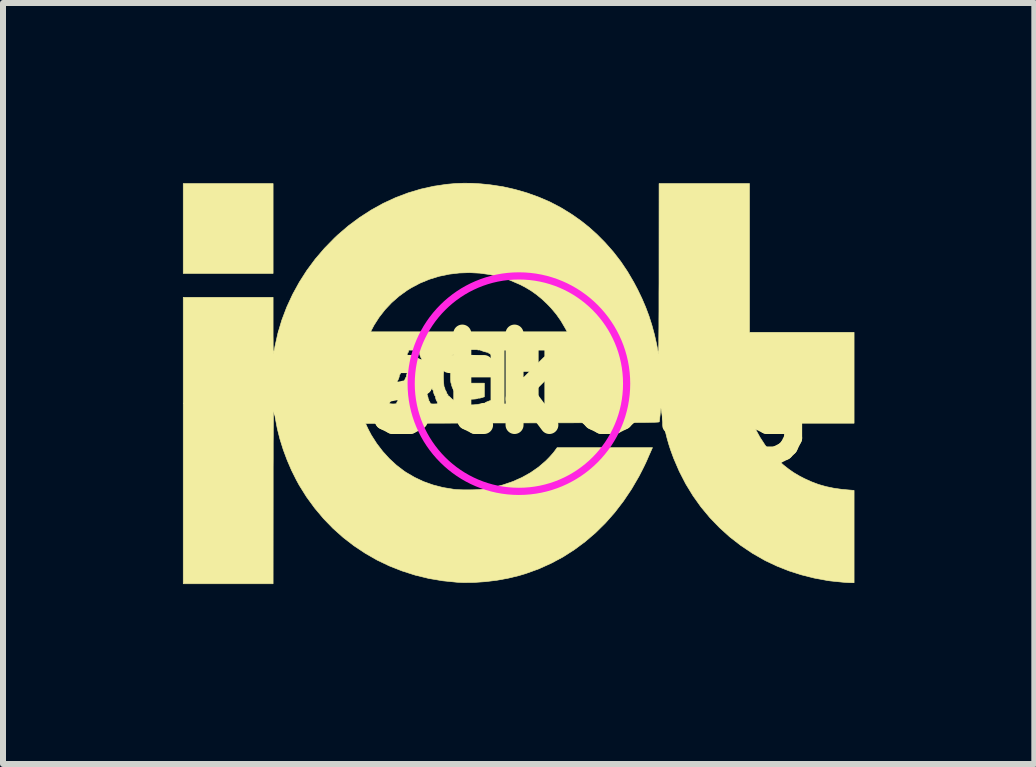
<source format=kicad_pcb>
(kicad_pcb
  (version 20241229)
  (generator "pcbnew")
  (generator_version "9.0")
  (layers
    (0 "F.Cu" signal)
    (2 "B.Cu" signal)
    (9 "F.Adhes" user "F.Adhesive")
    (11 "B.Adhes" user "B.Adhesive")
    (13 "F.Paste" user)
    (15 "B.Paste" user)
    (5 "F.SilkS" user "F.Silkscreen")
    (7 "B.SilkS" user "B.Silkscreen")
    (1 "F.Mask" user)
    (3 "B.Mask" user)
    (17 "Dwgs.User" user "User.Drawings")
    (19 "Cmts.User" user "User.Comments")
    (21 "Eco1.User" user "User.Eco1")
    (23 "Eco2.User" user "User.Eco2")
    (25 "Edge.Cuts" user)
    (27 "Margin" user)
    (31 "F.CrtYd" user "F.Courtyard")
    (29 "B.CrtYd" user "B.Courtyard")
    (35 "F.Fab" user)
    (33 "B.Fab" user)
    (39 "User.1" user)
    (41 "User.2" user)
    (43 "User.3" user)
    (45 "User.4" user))
  (footprint "wietkong"
    (layer "F.Cu")
    (at 5.601 3.346)
    (property "Reference" "wietkong" (at 0 0 0) (layer "F.SilkS") (effects (font (size 1.524 1.524) (thickness 0.3))))
    (attr through_hole)
    (fp_poly (pts (xy -4.098 -1.837) (xy -5.596 -1.837) (xy -5.596 -3.336) (xy -4.098 -3.336) (xy -4.098 -1.837)) (stroke (width 0.01) (type solid)) (fill yes) (layer "F.SilkS"))
    (fp_poly (pts (xy -1.151 -0.428) (xy -1.156 -0.423) (xy -1.16 -0.428) (xy -1.156 -0.432) (xy -1.151 -0.428)) (stroke (width 0.01) (type solid)) (fill yes) (layer "F.SilkS"))
    (fp_poly (pts (xy -1.756 -0.439) (xy -1.748 -0.424) (xy -1.739 -0.402) (xy -1.73 -0.377) (xy -1.724 -0.355) (xy -1.723 -0.34) (xy -1.724 -0.338) (xy -1.722 -0.331) (xy -1.72 -0.33) (xy -1.713 -0.323) (xy -1.704 -0.304) (xy -1.695 -0.279) (xy -1.687 -0.254) (xy -1.681 -0.232) (xy -1.681 -0.219) (xy -1.681 -0.219) (xy -1.68 -0.212) (xy -1.678 -0.212) (xy -1.671 -0.204) (xy -1.662 -0.186) (xy -1.653 -0.161) (xy -1.644 -0.135) (xy -1.639 -0.113) (xy -1.639 -0.101) (xy -1.639 -0.1) (xy -1.638 -0.094) (xy -1.635 -0.093) (xy -1.629 -0.086) (xy -1.62 -0.069) (xy -1.611 -0.047) (xy -1.603 -0.026) (xy -1.6 -0.011) (xy -1.6 -0.011) (xy -1.608 -0.01) (xy -1.631 -0.01) (xy -1.665 -0.009) (xy -1.708 -0.009) (xy -1.758 -0.008) (xy -1.761 -0.008) (xy -1.921 -0.008) (xy -1.904 -0.059) (xy -1.894 -0.086) (xy -1.884 -0.104) (xy -1.878 -0.11) (xy -1.874 -0.115) (xy -1.875 -0.117) (xy -1.875 -0.129) (xy -1.871 -0.148) (xy -1.864 -0.171) (xy -1.855 -0.191) (xy -1.847 -0.204) (xy -1.843 -0.206) (xy -1.84 -0.207) (xy -1.842 -0.214) (xy -1.842 -0.226) (xy -1.838 -0.229) (xy -1.831 -0.233) (xy -1.832 -0.236) (xy -1.833 -0.248) (xy -1.828 -0.269) (xy -1.82 -0.291) (xy -1.811 -0.311) (xy -1.804 -0.321) (xy -1.802 -0.322) (xy -1.798 -0.327) (xy -1.799 -0.329) (xy -1.798 -0.34) (xy -1.793 -0.362) (xy -1.785 -0.389) (xy -1.776 -0.415) (xy -1.767 -0.435) (xy -1.762 -0.443) (xy -1.756 -0.439)) (stroke (width 0.01) (type solid)) (fill yes) (layer "F.SilkS"))
    (fp_poly (pts (xy -0.781 -3.34) (xy -0.635 -3.331) (xy -0.479 -3.315) (xy -0.471 -3.314) (xy -0.266 -3.283) (xy -0.063 -3.237) (xy 0.138 -3.179) (xy 0.332 -3.109) (xy 0.518 -3.029) (xy 0.692 -2.938) (xy 0.73 -2.916) (xy 0.889 -2.817) (xy 1.035 -2.714) (xy 1.171 -2.606) (xy 1.302 -2.488) (xy 1.43 -2.359) (xy 1.442 -2.346) (xy 1.576 -2.194) (xy 1.698 -2.036) (xy 1.811 -1.868) (xy 1.916 -1.689) (xy 1.981 -1.566) (xy 2.052 -1.418) (xy 2.114 -1.273) (xy 2.169 -1.126) (xy 2.217 -0.975) (xy 2.26 -0.817) (xy 2.298 -0.647) (xy 2.327 -0.495) (xy 2.328 -0.498) (xy 2.329 -0.518) (xy 2.33 -0.553) (xy 2.331 -0.604) (xy 2.332 -0.669) (xy 2.332 -0.75) (xy 2.333 -0.844) (xy 2.334 -0.952) (xy 2.334 -1.072) (xy 2.335 -1.206) (xy 2.335 -1.351) (xy 2.335 -1.508) (xy 2.336 -1.676) (xy 2.336 -1.854) (xy 2.336 -1.894) (xy 2.337 -3.336) (xy 3.844 -3.336) (xy 3.844 -0.855) (xy 5.588 -0.855) (xy 5.588 0.66) (xy 3.895 0.66) (xy 3.937 0.744) (xy 4.018 0.893) (xy 4.106 1.028) (xy 4.202 1.151) (xy 4.309 1.265) (xy 4.411 1.357) (xy 4.496 1.424) (xy 4.582 1.484) (xy 4.677 1.54) (xy 4.762 1.584) (xy 4.879 1.637) (xy 4.996 1.681) (xy 5.119 1.716) (xy 5.248 1.743) (xy 5.388 1.763) (xy 5.514 1.774) (xy 5.588 1.78) (xy 5.588 3.319) (xy 5.559 3.319) (xy 5.516 3.318) (xy 5.461 3.315) (xy 5.397 3.31) (xy 5.328 3.303) (xy 5.259 3.296) (xy 5.193 3.289) (xy 5.135 3.281) (xy 5.132 3.28) (xy 4.922 3.241) (xy 4.712 3.188) (xy 4.507 3.123) (xy 4.309 3.045) (xy 4.122 2.957) (xy 4.098 2.945) (xy 3.892 2.827) (xy 3.697 2.696) (xy 3.514 2.554) (xy 3.343 2.399) (xy 3.183 2.233) (xy 3.036 2.056) (xy 2.902 1.868) (xy 2.781 1.67) (xy 2.674 1.462) (xy 2.58 1.244) (xy 2.526 1.096) (xy 2.498 1.008) (xy 2.47 0.91) (xy 2.444 0.806) (xy 2.42 0.702) (xy 2.4 0.604) (xy 2.387 0.525) (xy 2.381 0.484) (xy 2.375 0.448) (xy 2.371 0.423) (xy 2.368 0.41) (xy 2.368 0.409) (xy 2.366 0.416) (xy 2.363 0.437) (xy 2.359 0.468) (xy 2.355 0.507) (xy 2.355 0.514) (xy 2.35 0.556) (xy 2.346 0.593) (xy 2.343 0.62) (xy 2.34 0.635) (xy 2.34 0.636) (xy 2.339 0.637) (xy 2.335 0.638) (xy 2.328 0.64) (xy 2.318 0.641) (xy 2.304 0.642) (xy 2.285 0.643) (xy 2.261 0.644) (xy 2.231 0.644) (xy 2.194 0.645) (xy 2.151 0.646) (xy 2.101 0.647) (xy 2.042 0.647) (xy 1.974 0.648) (xy 1.898 0.649) (xy 1.812 0.649) (xy 1.715 0.65) (xy 1.607 0.65) (xy 1.488 0.651) (xy 1.357 0.651) (xy 1.214 0.652) (xy 1.057 0.652) (xy 0.887 0.653) (xy 0.702 0.653) (xy 0.503 0.654) (xy 0.288 0.654) (xy 0.057 0.655) (xy -0.108 0.655) (xy -0.31 0.656) (xy -0.508 0.656) (xy -0.701 0.657) (xy -0.888 0.658) (xy -1.069 0.658) (xy -1.242 0.659) (xy -1.408 0.659) (xy -1.566 0.66) (xy -1.714 0.66) (xy -1.853 0.661) (xy -1.981 0.661) (xy -2.098 0.662) (xy -2.203 0.662) (xy -2.296 0.662) (xy -2.376 0.663) (xy -2.442 0.663) (xy -2.493 0.663) (xy -2.53 0.664) (xy -2.55 0.664) (xy -2.555 0.664) (xy -2.553 0.672) (xy -2.544 0.692) (xy -2.531 0.721) (xy -2.515 0.754) (xy -2.497 0.79) (xy -2.479 0.823) (xy -2.464 0.852) (xy -2.46 0.859) (xy -2.371 0.998) (xy -2.271 1.129) (xy -2.161 1.25) (xy -2.043 1.359) (xy -1.919 1.454) (xy -1.884 1.478) (xy -1.74 1.562) (xy -1.59 1.633) (xy -1.432 1.689) (xy -1.265 1.732) (xy -1.088 1.761) (xy -1.084 1.762) (xy -1.037 1.766) (xy -0.977 1.769) (xy -0.91 1.771) (xy -0.839 1.771) (xy -0.768 1.77) (xy -0.703 1.768) (xy -0.646 1.765) (xy -0.614 1.762) (xy -0.435 1.732) (xy -0.264 1.688) (xy -0.101 1.632) (xy 0.052 1.564) (xy 0.195 1.484) (xy 0.327 1.392) (xy 0.447 1.289) (xy 0.474 1.262) (xy 0.509 1.226) (xy 0.544 1.187) (xy 0.575 1.152) (xy 0.596 1.124) (xy 0.638 1.067) (xy 2.227 1.067) (xy 2.205 1.115) (xy 2.194 1.141) (xy 2.177 1.178) (xy 2.158 1.222) (xy 2.138 1.268) (xy 2.134 1.278) (xy 2.113 1.324) (xy 2.086 1.38) (xy 2.056 1.44) (xy 2.025 1.5) (xy 2.003 1.543) (xy 1.879 1.756) (xy 1.744 1.957) (xy 1.599 2.146) (xy 1.444 2.322) (xy 1.279 2.485) (xy 1.105 2.634) (xy 0.923 2.769) (xy 0.732 2.891) (xy 0.533 2.997) (xy 0.326 3.09) (xy 0.112 3.167) (xy -0.002 3.201) (xy -0.18 3.244) (xy -0.366 3.278) (xy -0.554 3.301) (xy -0.742 3.314) (xy -0.924 3.316) (xy -1.033 3.311) (xy -1.27 3.287) (xy -1.501 3.248) (xy -1.727 3.193) (xy -1.947 3.123) (xy -2.16 3.039) (xy -2.365 2.941) (xy -2.562 2.828) (xy -2.75 2.703) (xy -2.93 2.564) (xy -3.099 2.413) (xy -3.257 2.25) (xy -3.404 2.075) (xy -3.54 1.889) (xy -3.663 1.692) (xy -3.711 1.604) (xy -3.791 1.444) (xy -3.864 1.274) (xy -3.929 1.1) (xy -3.984 0.924) (xy -4.028 0.75) (xy -4.06 0.582) (xy -4.068 0.529) (xy -4.074 0.488) (xy -4.08 0.452) (xy -4.086 0.425) (xy -4.089 0.411) (xy -4.09 0.417) (xy -4.091 0.44) (xy -4.092 0.478) (xy -4.093 0.53) (xy -4.093 0.597) (xy -4.094 0.677) (xy -4.095 0.77) (xy -4.095 0.874) (xy -4.096 0.989) (xy -4.096 1.115) (xy -4.096 1.25) (xy -4.097 1.394) (xy -4.097 1.547) (xy -4.097 1.706) (xy -4.097 1.865) (xy -4.098 3.336) (xy -5.596 3.336) (xy -5.596 0.327) (xy -2.165 0.327) (xy -2.163 0.33) (xy -2.153 0.334) (xy -2.13 0.337) (xy -2.1 0.339) (xy -2.1 0.339) (xy -2.069 0.338) (xy -2.052 0.336) (xy -2.042 0.331) (xy -2.038 0.321) (xy -2.037 0.318) (xy -2.03 0.302) (xy -2.023 0.296) (xy -2.018 0.291) (xy -2.019 0.289) (xy -2.019 0.278) (xy -2.014 0.257) (xy -2.006 0.231) (xy -1.996 0.202) (xy -1.986 0.176) (xy -1.977 0.157) (xy -1.971 0.149) (xy -1.97 0.15) (xy -1.967 0.149) (xy -1.969 0.142) (xy -1.97 0.13) (xy -1.966 0.127) (xy -1.96 0.12) (xy -1.959 0.112) (xy -1.958 0.107) (xy -1.954 0.104) (xy -1.944 0.101) (xy -1.926 0.099) (xy -1.899 0.098) (xy -1.861 0.097) (xy -1.809 0.096) (xy -1.758 0.095) (xy -1.694 0.094) (xy -1.645 0.094) (xy -1.609 0.095) (xy -1.585 0.096) (xy -1.57 0.098) (xy -1.562 0.1) (xy -1.56 0.104) (xy -1.561 0.106) (xy -1.561 0.117) (xy -1.558 0.119) (xy -1.552 0.126) (xy -1.543 0.145) (xy -1.533 0.171) (xy -1.524 0.2) (xy -1.516 0.227) (xy -1.512 0.247) (xy -1.512 0.255) (xy -1.51 0.262) (xy -1.507 0.262) (xy -1.501 0.269) (xy -1.502 0.275) (xy -1.502 0.286) (xy -1.499 0.288) (xy -1.492 0.295) (xy -1.483 0.312) (xy -1.483 0.313) (xy -1.478 0.327) (xy -1.47 0.334) (xy -1.456 0.338) (xy -1.432 0.339) (xy -1.415 0.339) (xy -1.384 0.338) (xy -1.367 0.337) (xy -1.359 0.332) (xy -1.357 0.323) (xy -1.358 0.318) (xy -1.361 0.302) (xy -1.364 0.296) (xy -1.371 0.289) (xy -1.379 0.271) (xy -1.386 0.248) (xy -1.391 0.226) (xy -1.392 0.211) (xy -1.391 0.208) (xy -1.39 0.204) (xy -1.393 0.206) (xy -1.4 0.203) (xy -1.408 0.188) (xy -1.416 0.167) (xy -1.423 0.144) (xy -1.426 0.125) (xy -1.425 0.115) (xy -1.424 0.111) (xy -1.427 0.113) (xy -1.433 0.11) (xy -1.442 0.095) (xy -1.45 0.074) (xy -1.457 0.051) (xy -1.46 0.032) (xy -1.459 0.022) (xy -1.458 0.017) (xy -1.461 0.02) (xy -1.467 0.016) (xy -1.475 0.002) (xy -1.484 -0.019) (xy -1.491 -0.042) (xy -1.494 -0.061) (xy -1.493 -0.071) (xy -1.492 -0.076) (xy -1.495 -0.074) (xy -1.501 -0.077) (xy -1.509 -0.091) (xy -1.518 -0.113) (xy -1.522 -0.126) (xy -1.26 -0.126) (xy -1.258 -0.072) (xy -1.255 -0.023) (xy -1.252 0.011) (xy -1.25 0.034) (xy -1.248 0.048) (xy -1.246 0.055) (xy -1.243 0.059) (xy -1.242 0.06) (xy -1.236 0.072) (xy -1.233 0.088) (xy -1.23 0.104) (xy -1.227 0.11) (xy -1.22 0.117) (xy -1.212 0.134) (xy -1.204 0.153) (xy -1.2 0.168) (xy -1.2 0.172) (xy -1.197 0.175) (xy -1.194 0.174) (xy -1.186 0.175) (xy -1.184 0.189) (xy -1.185 0.199) (xy -1.183 0.203) (xy -1.181 0.202) (xy -1.173 0.204) (xy -1.158 0.216) (xy -1.15 0.224) (xy -1.108 0.263) (xy -1.054 0.297) (xy -0.992 0.326) (xy -0.927 0.345) (xy -0.919 0.347) (xy -0.87 0.353) (xy -0.813 0.355) (xy -0.751 0.353) (xy -0.693 0.347) (xy -0.648 0.339) (xy -0.616 0.331) (xy -0.591 0.327) (xy -0.576 0.326) (xy -0.575 0.327) (xy -0.568 0.326) (xy -0.567 0.323) (xy -0.56 0.317) (xy -0.541 0.307) (xy -0.516 0.297) (xy -0.466 0.278) (xy -0.466 -0.11) (xy -0.821 -0.11) (xy -0.821 -0.008) (xy -0.576 -0.008) (xy -0.576 0.219) (xy -0.618 0.233) (xy -0.645 0.24) (xy -0.666 0.243) (xy -0.673 0.242) (xy -0.684 0.242) (xy -0.686 0.245) (xy -0.694 0.25) (xy -0.714 0.254) (xy -0.744 0.257) (xy -0.779 0.259) (xy -0.815 0.259) (xy -0.847 0.257) (xy -0.862 0.255) (xy -0.9 0.246) (xy -0.94 0.234) (xy -0.961 0.226) (xy -0.988 0.21) (xy -1.016 0.19) (xy -1.041 0.169) (xy -1.06 0.149) (xy -1.07 0.133) (xy -1.07 0.125) (xy -1.069 0.12) (xy -1.073 0.121) (xy -1.08 0.117) (xy -1.091 0.102) (xy -1.103 0.079) (xy -1.113 0.054) (xy -1.121 0.031) (xy -1.124 0.015) (xy -1.123 0.013) (xy -1.124 0.001) (xy -1.129 -0.002) (xy -1.133 -0.011) (xy -1.136 -0.033) (xy -1.138 -0.07) (xy -1.139 -0.11) (xy -1.138 -0.16) (xy -1.136 -0.193) (xy -1.132 -0.212) (xy -1.129 -0.218) (xy -1.122 -0.227) (xy -1.123 -0.234) (xy -1.123 -0.247) (xy -1.115 -0.269) (xy -1.104 -0.294) (xy -1.091 -0.319) (xy -1.079 -0.339) (xy -1.069 -0.35) (xy -1.065 -0.35) (xy -1.06 -0.35) (xy -1.061 -0.353) (xy -1.059 -0.365) (xy -1.046 -0.382) (xy -1.023 -0.401) (xy -0.994 -0.421) (xy -0.963 -0.439) (xy -0.933 -0.454) (xy -0.907 -0.462) (xy -0.888 -0.463) (xy -0.875 -0.463) (xy -0.872 -0.466) (xy -0.864 -0.47) (xy -0.845 -0.472) (xy -0.818 -0.474) (xy -0.79 -0.474) (xy -0.764 -0.473) (xy -0.747 -0.471) (xy -0.743 -0.469) (xy -0.732 -0.465) (xy -0.71 -0.462) (xy -0.701 -0.461) (xy -0.678 -0.458) (xy -0.664 -0.452) (xy -0.662 -0.45) (xy -0.653 -0.445) (xy -0.647 -0.446) (xy -0.637 -0.445) (xy -0.635 -0.441) (xy -0.63 -0.435) (xy -0.627 -0.436) (xy -0.616 -0.435) (xy -0.596 -0.428) (xy -0.57 -0.416) (xy -0.543 -0.401) (xy -0.519 -0.386) (xy -0.502 -0.374) (xy -0.494 -0.365) (xy -0.495 -0.363) (xy -0.491 -0.359) (xy -0.482 -0.358) (xy -0.474 -0.359) (xy -0.469 -0.365) (xy -0.467 -0.38) (xy -0.466 -0.407) (xy -0.466 -0.424) (xy -0.466 -0.458) (xy -0.467 -0.479) (xy -0.472 -0.491) (xy -0.48 -0.497) (xy -0.491 -0.503) (xy -0.507 -0.511) (xy -0.512 -0.518) (xy -0.512 -0.518) (xy -0.514 -0.522) (xy -0.518 -0.522) (xy -0.532 -0.523) (xy -0.555 -0.529) (xy -0.582 -0.536) (xy -0.609 -0.545) (xy -0.631 -0.553) (xy -0.643 -0.558) (xy -0.643 -0.559) (xy -0.246 -0.559) (xy -0.246 0.339) (xy -0.135 0.339) (xy -0.135 -0.102) (xy 0.322 -0.102) (xy 0.322 0.339) (xy 0.432 0.339) (xy 0.432 -0.559) (xy 0.322 -0.559) (xy 0.322 -0.203) (xy -0.135 -0.203) (xy -0.135 -0.559) (xy -0.246 -0.559) (xy -0.643 -0.559) (xy -0.643 -0.56) (xy -0.651 -0.562) (xy -0.664 -0.561) (xy -0.681 -0.561) (xy -0.688 -0.564) (xy -0.698 -0.567) (xy -0.721 -0.568) (xy -0.755 -0.568) (xy -0.796 -0.567) (xy -0.81 -0.566) (xy -0.861 -0.564) (xy -0.899 -0.56) (xy -0.93 -0.555) (xy -0.957 -0.549) (xy -0.984 -0.539) (xy -0.986 -0.538) (xy -1.016 -0.527) (xy -1.041 -0.519) (xy -1.055 -0.515) (xy -1.056 -0.514) (xy -1.063 -0.51) (xy -1.063 -0.508) (xy -1.067 -0.501) (xy -1.081 -0.49) (xy -1.098 -0.48) (xy -1.114 -0.473) (xy -1.12 -0.472) (xy -1.124 -0.469) (xy -1.123 -0.467) (xy -1.125 -0.457) (xy -1.136 -0.444) (xy -1.15 -0.434) (xy -1.156 -0.432) (xy -1.165 -0.427) (xy -1.165 -0.425) (xy -1.17 -0.408) (xy -1.179 -0.396) (xy -1.186 -0.394) (xy -1.193 -0.394) (xy -1.193 -0.392) (xy -1.193 -0.375) (xy -1.198 -0.367) (xy -1.202 -0.368) (xy -1.207 -0.367) (xy -1.205 -0.359) (xy -1.204 -0.349) (xy -1.209 -0.35) (xy -1.215 -0.351) (xy -1.213 -0.342) (xy -1.212 -0.332) (xy -1.218 -0.333) (xy -1.224 -0.334) (xy -1.223 -0.327) (xy -1.224 -0.312) (xy -1.231 -0.303) (xy -1.24 -0.291) (xy -1.24 -0.286) (xy -1.24 -0.277) (xy -1.243 -0.255) (xy -1.249 -0.226) (xy -1.25 -0.22) (xy -1.257 -0.174) (xy -1.26 -0.126) (xy -1.522 -0.126) (xy -1.524 -0.135) (xy -1.528 -0.154) (xy -1.527 -0.163) (xy -1.527 -0.168) (xy -1.53 -0.167) (xy -1.537 -0.17) (xy -1.545 -0.185) (xy -1.551 -0.204) (xy -1.554 -0.221) (xy -1.553 -0.23) (xy -1.554 -0.237) (xy -1.557 -0.237) (xy -1.564 -0.244) (xy -1.573 -0.262) (xy -1.581 -0.285) (xy -1.587 -0.307) (xy -1.588 -0.321) (xy -1.587 -0.323) (xy -1.588 -0.33) (xy -1.59 -0.33) (xy -1.598 -0.337) (xy -1.606 -0.355) (xy -1.615 -0.378) (xy -1.62 -0.4) (xy -1.621 -0.414) (xy -1.621 -0.416) (xy -1.622 -0.423) (xy -1.624 -0.423) (xy -1.632 -0.431) (xy -1.64 -0.449) (xy -1.649 -0.471) (xy -1.654 -0.493) (xy -1.655 -0.507) (xy -1.655 -0.509) (xy -1.656 -0.516) (xy -1.659 -0.516) (xy -1.667 -0.524) (xy -1.673 -0.538) (xy -1.676 -0.548) (xy -1.682 -0.554) (xy -1.694 -0.557) (xy -1.716 -0.559) (xy -1.75 -0.559) (xy -1.757 -0.559) (xy -1.836 -0.559) (xy -1.842 -0.533) (xy -1.848 -0.517) (xy -1.856 -0.513) (xy -1.856 -0.513) (xy -1.861 -0.514) (xy -1.86 -0.51) (xy -1.859 -0.498) (xy -1.864 -0.477) (xy -1.871 -0.454) (xy -1.88 -0.434) (xy -1.888 -0.424) (xy -1.889 -0.423) (xy -1.894 -0.418) (xy -1.893 -0.416) (xy -1.893 -0.404) (xy -1.897 -0.383) (xy -1.905 -0.36) (xy -1.914 -0.341) (xy -1.922 -0.331) (xy -1.923 -0.33) (xy -1.928 -0.325) (xy -1.927 -0.323) (xy -1.926 -0.311) (xy -1.931 -0.29) (xy -1.939 -0.267) (xy -1.948 -0.248) (xy -1.956 -0.237) (xy -1.957 -0.237) (xy -1.962 -0.232) (xy -1.961 -0.23) (xy -1.96 -0.218) (xy -1.965 -0.197) (xy -1.973 -0.174) (xy -1.982 -0.155) (xy -1.99 -0.144) (xy -1.991 -0.144) (xy -1.996 -0.139) (xy -1.995 -0.137) (xy -1.994 -0.124) (xy -1.999 -0.104) (xy -2.007 -0.081) (xy -2.016 -0.061) (xy -2.023 -0.051) (xy -2.025 -0.051) (xy -2.029 -0.046) (xy -2.028 -0.043) (xy -2.028 -0.031) (xy -2.033 -0.011) (xy -2.041 0.012) (xy -2.05 0.032) (xy -2.057 0.042) (xy -2.059 0.042) (xy -2.063 0.047) (xy -2.062 0.05) (xy -2.062 0.062) (xy -2.067 0.082) (xy -2.075 0.105) (xy -2.083 0.125) (xy -2.091 0.135) (xy -2.093 0.135) (xy -2.097 0.141) (xy -2.096 0.143) (xy -2.096 0.155) (xy -2.101 0.175) (xy -2.108 0.198) (xy -2.117 0.218) (xy -2.125 0.228) (xy -2.126 0.229) (xy -2.131 0.234) (xy -2.13 0.236) (xy -2.13 0.248) (xy -2.134 0.269) (xy -2.142 0.291) (xy -2.151 0.311) (xy -2.159 0.321) (xy -2.16 0.322) (xy -2.165 0.327) (xy -5.596 0.327) (xy -5.596 -1.439) (xy -4.098 -1.439) (xy -4.098 -0.968) (xy -4.098 -0.881) (xy -4.098 -0.799) (xy -4.097 -0.724) (xy -4.097 -0.657) (xy -4.096 -0.6) (xy -4.095 -0.555) (xy -4.094 -0.523) (xy -4.093 -0.505) (xy -4.093 -0.502) (xy -4.09 -0.511) (xy -4.084 -0.535) (xy -4.077 -0.568) (xy -4.069 -0.608) (xy -4.068 -0.616) (xy -4.018 -0.84) (xy -4.011 -0.864) (xy -2.473 -0.864) (xy 0.806 -0.864) (xy 0.77 -0.929) (xy 0.699 -1.05) (xy 0.623 -1.158) (xy 0.538 -1.259) (xy 0.469 -1.331) (xy 0.379 -1.415) (xy 0.291 -1.487) (xy 0.2 -1.551) (xy 0.103 -1.609) (xy 0.013 -1.655) (xy -0.147 -1.724) (xy -0.312 -1.779) (xy -0.48 -1.818) (xy -0.651 -1.842) (xy -0.823 -1.851) (xy -0.994 -1.845) (xy -1.163 -1.825) (xy -1.33 -1.79) (xy -1.492 -1.74) (xy -1.648 -1.676) (xy -1.797 -1.597) (xy -1.868 -1.553) (xy -2 -1.457) (xy -2.123 -1.349) (xy -2.233 -1.232) (xy -2.331 -1.106) (xy -2.415 -0.975) (xy -2.446 -0.916) (xy -2.473 -0.864) (xy -4.011 -0.864) (xy -3.952 -1.061) (xy -3.87 -1.277) (xy -3.773 -1.487) (xy -3.661 -1.691) (xy -3.535 -1.888) (xy -3.395 -2.077) (xy -3.241 -2.257) (xy -3.075 -2.427) (xy -3.022 -2.477) (xy -2.844 -2.63) (xy -2.657 -2.769) (xy -2.463 -2.894) (xy -2.263 -3.005) (xy -2.058 -3.1) (xy -1.847 -3.18) (xy -1.633 -3.244) (xy -1.416 -3.292) (xy -1.206 -3.323) (xy -1.062 -3.336) (xy -0.921 -3.341) (xy -0.781 -3.34)) (stroke (width 0.01) (type solid)) (fill yes) (layer "F.SilkS"))
    (fp_circle (center 0 0) (end 1.27 -1.27) (stroke (width 0.12) (type solid)) (fill no) (layer "F.CrtYd")))
  (gr_rect
    (start -3 -3)
    (end 14.194 9.687)
    (stroke (width 0.1) (type default))
    (fill no)
    (layer "Edge.Cuts")))
</source>
